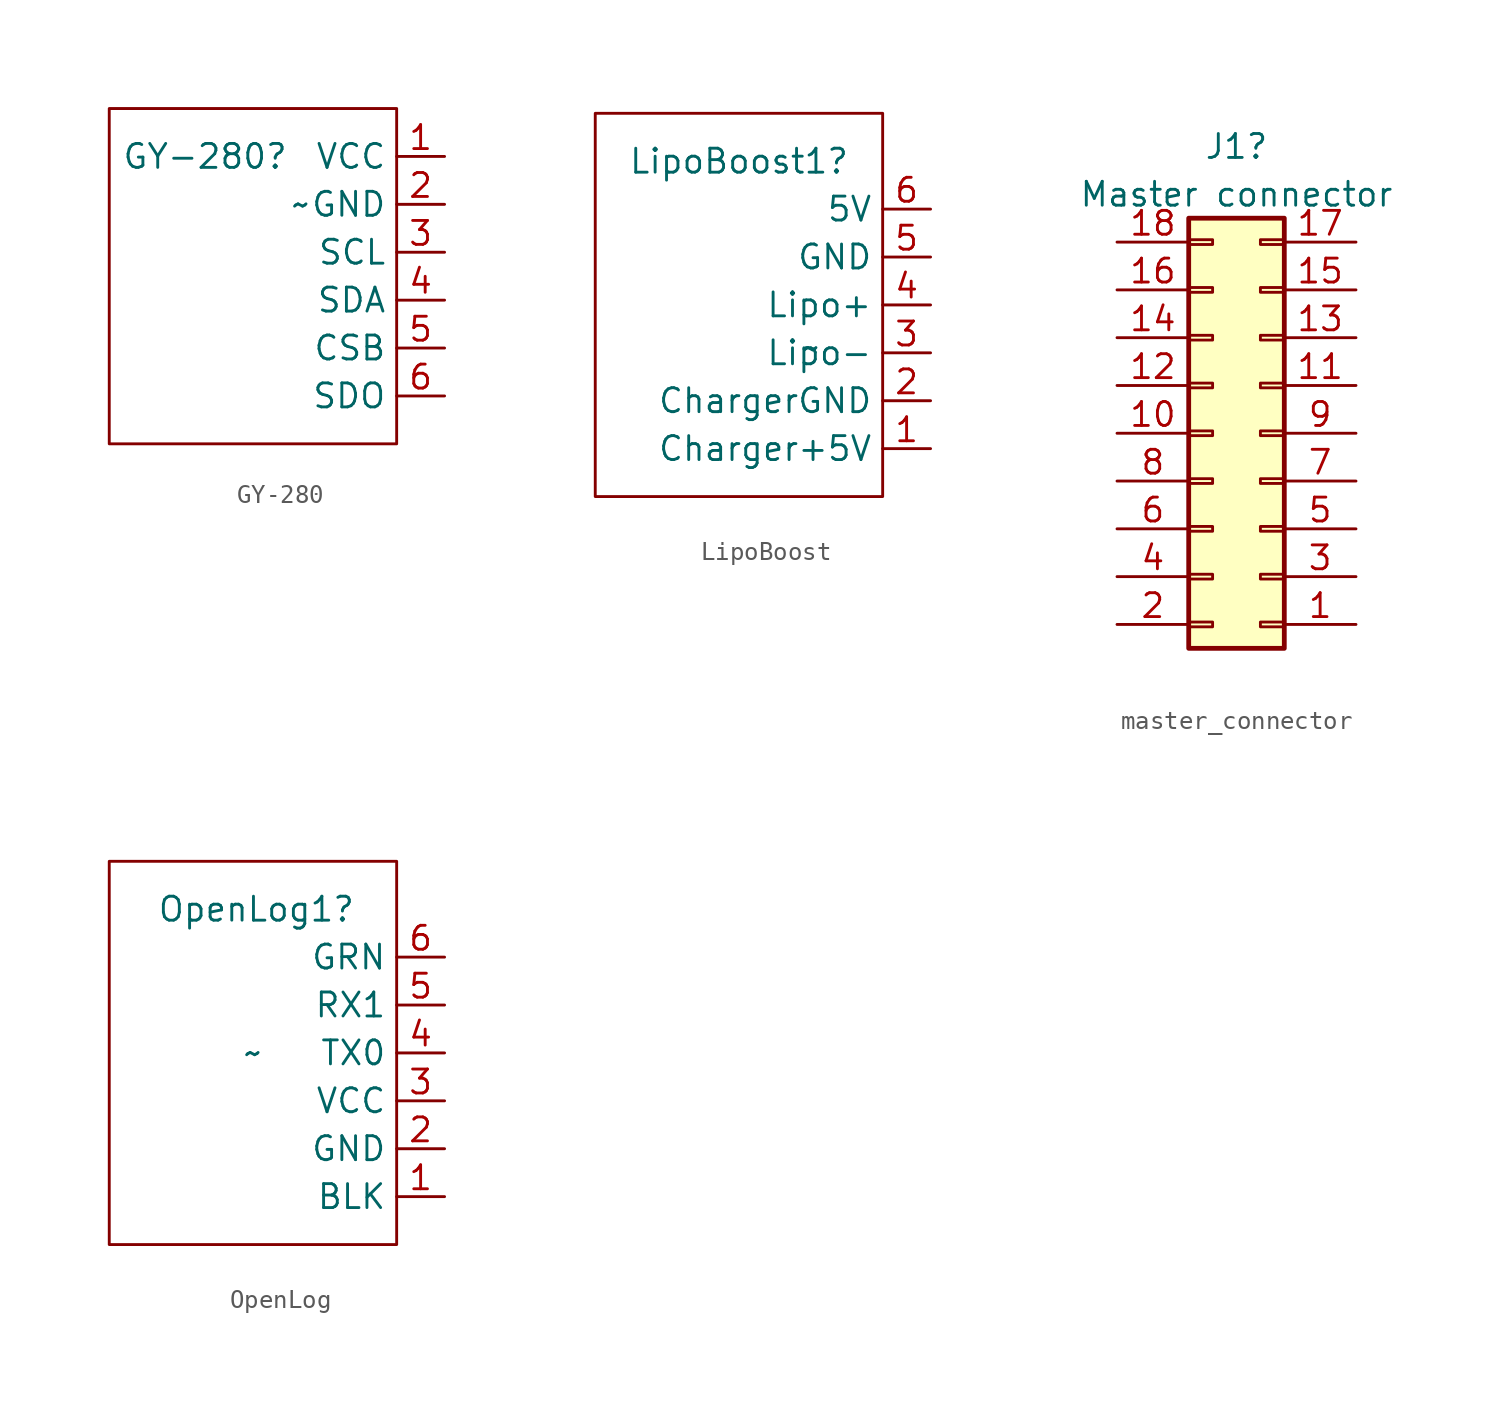
<source format=kicad_sym>
(kicad_symbol_lib
  (version 20220914)
  (generator kicad_symbol_editor)
  (symbol "GY-280"
    (property "Reference" "GY-280"
      (at -5.08 2.54 0)
      (effects (font (size 1.27 1.27))))
    (property "Value" "~"
      (at 0 0 0)
      (effects (font (size 1.27 1.27))))
    (symbol "GY-280_0_1"
      (rectangle (start -10.16 5.08) (end 5.08 -12.7) (stroke (width 0) (type default)) (fill (type none))))
    (symbol "GY-280_1_1"
      (pin power_in line (at 7.62 2.54 180) (length 2.54) (name "VCC" (effects (font (size 1.27 1.27)))) (number "1" (effects (font (size 1.27 1.27)))))
      (pin power_in line (at 7.62 0 180) (length 2.54) (name "GND" (effects (font (size 1.27 1.27)))) (number "2" (effects (font (size 1.27 1.27)))))
      (pin input line (at 7.62 -2.54 180) (length 2.54) (name "SCL" (effects (font (size 1.27 1.27)))) (number "3" (effects (font (size 1.27 1.27)))))
      (pin input line (at 7.62 -5.08 180) (length 2.54) (name "SDA" (effects (font (size 1.27 1.27)))) (number "4" (effects (font (size 1.27 1.27)))))
      (pin input line (at 7.62 -7.62 180) (length 2.54) (name "CSB" (effects (font (size 1.27 1.27)))) (number "5" (effects (font (size 1.27 1.27)))))
      (pin input line (at 7.62 -10.16 180) (length 2.54) (name "SDO" (effects (font (size 1.27 1.27)))) (number "6" (effects (font (size 1.27 1.27)))))))
  (symbol "LipoBoost"
    (property "Reference" "LipoBoost1"
      (at -2.54 7.62 0)
      (effects (font (size 1.27 1.27))))
    (property "Value" "~"
      (at 1.27 -2.286 0)
      (effects (font (size 1.27 1.27))))
    (symbol "LipoBoost_0_1"
      (rectangle (start -10.16 10.16) (end 5.08 -10.16) (stroke (width 0) (type default)) (fill (type none))))
    (symbol "LipoBoost_1_1"
      (pin input line (at 7.62 -7.62 180) (length 2.54) (name "Charger+5V" (effects (font (size 1.27 1.27)))) (number "1" (effects (font (size 1.27 1.27)))))
      (pin input line (at 7.62 -5.08 180) (length 2.54) (name "ChargerGND" (effects (font (size 1.27 1.27)))) (number "2" (effects (font (size 1.27 1.27)))))
      (pin input line (at 7.62 -2.54 180) (length 2.54) (name "Lipo-" (effects (font (size 1.27 1.27)))) (number "3" (effects (font (size 1.27 1.27)))))
      (pin input line (at 7.62 0 180) (length 2.54) (name "Lipo+" (effects (font (size 1.27 1.27)))) (number "4" (effects (font (size 1.27 1.27)))))
      (pin power_out line (at 7.62 2.54 180) (length 2.54) (name "GND" (effects (font (size 1.27 1.27)))) (number "5" (effects (font (size 1.27 1.27)))))
      (pin power_out line (at 7.62 5.08 180) (length 2.54) (name "5V" (effects (font (size 1.27 1.27)))) (number "6" (effects (font (size 1.27 1.27)))))))
  (symbol "master_connector"
    (pin_names
      (offset 1.016) hide)
    (property "Reference" "J1"
      (at 1.27 15.24 0)
      (effects (font (size 1.27 1.27))))
    (property "Value" "Master connector"
      (at 1.27 12.7 0)
      (effects (font (size 1.27 1.27))))
    (symbol "master_connector_1_1"
      (rectangle (start -1.27 -10.033) (end 0 -10.287) (stroke (width 0.152) (type default)) (fill (type none)))
      (rectangle (start -1.27 -7.493) (end 0 -7.747) (stroke (width 0.152) (type default)) (fill (type none)))
      (rectangle (start -1.27 -4.953) (end 0 -5.207) (stroke (width 0.152) (type default)) (fill (type none)))
      (rectangle (start -1.27 -2.413) (end 0 -2.667) (stroke (width 0.152) (type default)) (fill (type none)))
      (rectangle (start -1.27 0.127) (end 0 -0.127) (stroke (width 0.152) (type default)) (fill (type none)))
      (rectangle (start -1.27 2.667) (end 0 2.413) (stroke (width 0.152) (type default)) (fill (type none)))
      (rectangle (start -1.27 5.207) (end 0 4.953) (stroke (width 0.152) (type default)) (fill (type none)))
      (rectangle (start -1.27 7.747) (end 0 7.493) (stroke (width 0.152) (type default)) (fill (type none)))
      (rectangle (start -1.27 10.287) (end 0 10.033) (stroke (width 0.152) (type default)) (fill (type none)))
      (rectangle (start -1.27 11.43) (end 3.81 -11.43) (stroke (width 0.254) (type default)) (fill (type background)))
      (rectangle (start 3.81 -10.033) (end 2.54 -10.287) (stroke (width 0.152) (type default)) (fill (type none)))
      (rectangle (start 3.81 -7.493) (end 2.54 -7.747) (stroke (width 0.152) (type default)) (fill (type none)))
      (rectangle (start 3.81 -4.953) (end 2.54 -5.207) (stroke (width 0.152) (type default)) (fill (type none)))
      (rectangle (start 3.81 -2.413) (end 2.54 -2.667) (stroke (width 0.152) (type default)) (fill (type none)))
      (rectangle (start 3.81 0.127) (end 2.54 -0.127) (stroke (width 0.152) (type default)) (fill (type none)))
      (rectangle (start 3.81 2.667) (end 2.54 2.413) (stroke (width 0.152) (type default)) (fill (type none)))
      (rectangle (start 3.81 5.207) (end 2.54 4.953) (stroke (width 0.152) (type default)) (fill (type none)))
      (rectangle (start 3.81 7.747) (end 2.54 7.493) (stroke (width 0.152) (type default)) (fill (type none)))
      (rectangle (start 3.81 10.287) (end 2.54 10.033) (stroke (width 0.152) (type default)) (fill (type none)))
      (pin passive line (at 7.62 -10.16 180) (length 3.81) (name "Pin_9b" (effects (font (size 1.27 1.27)))) (number "1" (effects (font (size 1.27 1.27)))))
      (pin passive line (at -5.08 0 0) (length 3.81) (name "Pin_5a" (effects (font (size 1.27 1.27)))) (number "10" (effects (font (size 1.27 1.27)))))
      (pin passive line (at 7.62 2.54 180) (length 3.81) (name "Pin_4b" (effects (font (size 1.27 1.27)))) (number "11" (effects (font (size 1.27 1.27)))))
      (pin passive line (at -5.08 2.54 0) (length 3.81) (name "Pin_4a" (effects (font (size 1.27 1.27)))) (number "12" (effects (font (size 1.27 1.27)))))
      (pin passive line (at 7.62 5.08 180) (length 3.81) (name "Pin_3b" (effects (font (size 1.27 1.27)))) (number "13" (effects (font (size 1.27 1.27)))))
      (pin passive line (at -5.08 5.08 0) (length 3.81) (name "Pin_3a" (effects (font (size 1.27 1.27)))) (number "14" (effects (font (size 1.27 1.27)))))
      (pin passive line (at 7.62 7.62 180) (length 3.81) (name "Pin_2b" (effects (font (size 1.27 1.27)))) (number "15" (effects (font (size 1.27 1.27)))))
      (pin passive line (at -5.08 7.62 0) (length 3.81) (name "Pin_2a" (effects (font (size 1.27 1.27)))) (number "16" (effects (font (size 1.27 1.27)))))
      (pin passive line (at 7.62 10.16 180) (length 3.81) (name "Pin_1b" (effects (font (size 1.27 1.27)))) (number "17" (effects (font (size 1.27 1.27)))))
      (pin passive line (at -5.08 10.16 0) (length 3.81) (name "Pin_1a" (effects (font (size 1.27 1.27)))) (number "18" (effects (font (size 1.27 1.27)))))
      (pin passive line (at -5.08 -10.16 0) (length 3.81) (name "Pin_9a" (effects (font (size 1.27 1.27)))) (number "2" (effects (font (size 1.27 1.27)))))
      (pin passive line (at 7.62 -7.62 180) (length 3.81) (name "Pin_8b" (effects (font (size 1.27 1.27)))) (number "3" (effects (font (size 1.27 1.27)))))
      (pin passive line (at -5.08 -7.62 0) (length 3.81) (name "Pin_8a" (effects (font (size 1.27 1.27)))) (number "4" (effects (font (size 1.27 1.27)))))
      (pin passive line (at 7.62 -5.08 180) (length 3.81) (name "Pin_7b" (effects (font (size 1.27 1.27)))) (number "5" (effects (font (size 1.27 1.27)))))
      (pin passive line (at -5.08 -5.08 0) (length 3.81) (name "Pin_7a" (effects (font (size 1.27 1.27)))) (number "6" (effects (font (size 1.27 1.27)))))
      (pin passive line (at 7.62 -2.54 180) (length 3.81) (name "Pin_6b" (effects (font (size 1.27 1.27)))) (number "7" (effects (font (size 1.27 1.27)))))
      (pin passive line (at -5.08 -2.54 0) (length 3.81) (name "Pin_6a" (effects (font (size 1.27 1.27)))) (number "8" (effects (font (size 1.27 1.27)))))
      (pin passive line (at 7.62 0 180) (length 3.81) (name "Pin_5b" (effects (font (size 1.27 1.27)))) (number "9" (effects (font (size 1.27 1.27)))))))
  (symbol "OpenLog"
    (property "Reference" "OpenLog1"
      (at 0.178 7.62 0)
      (effects (font (size 1.27 1.27))))
    (property "Value" "~"
      (at 0 0 0)
      (effects (font (size 1.27 1.27))))
    (symbol "OpenLog_0_1"
      (rectangle (start -7.62 10.16) (end 7.62 -10.16) (stroke (width 0) (type default)) (fill (type none))))
    (symbol "OpenLog_1_1"
      (pin power_in line (at 10.16 -7.62 180) (length 2.54) (name "BLK" (effects (font (size 1.27 1.27)))) (number "1" (effects (font (size 1.27 1.27)))))
      (pin power_in line (at 10.16 -5.08 180) (length 2.54) (name "GND" (effects (font (size 1.27 1.27)))) (number "2" (effects (font (size 1.27 1.27)))))
      (pin power_in line (at 10.16 -2.54 180) (length 2.54) (name "VCC" (effects (font (size 1.27 1.27)))) (number "3" (effects (font (size 1.27 1.27)))))
      (pin output line (at 10.16 0 180) (length 2.54) (name "TX0" (effects (font (size 1.27 1.27)))) (number "4" (effects (font (size 1.27 1.27)))))
      (pin input line (at 10.16 2.54 180) (length 2.54) (name "RX1" (effects (font (size 1.27 1.27)))) (number "5" (effects (font (size 1.27 1.27)))))
      (pin input line (at 10.16 5.08 180) (length 2.54) (name "GRN" (effects (font (size 1.27 1.27)))) (number "6" (effects (font (size 1.27 1.27))))))))
</source>
